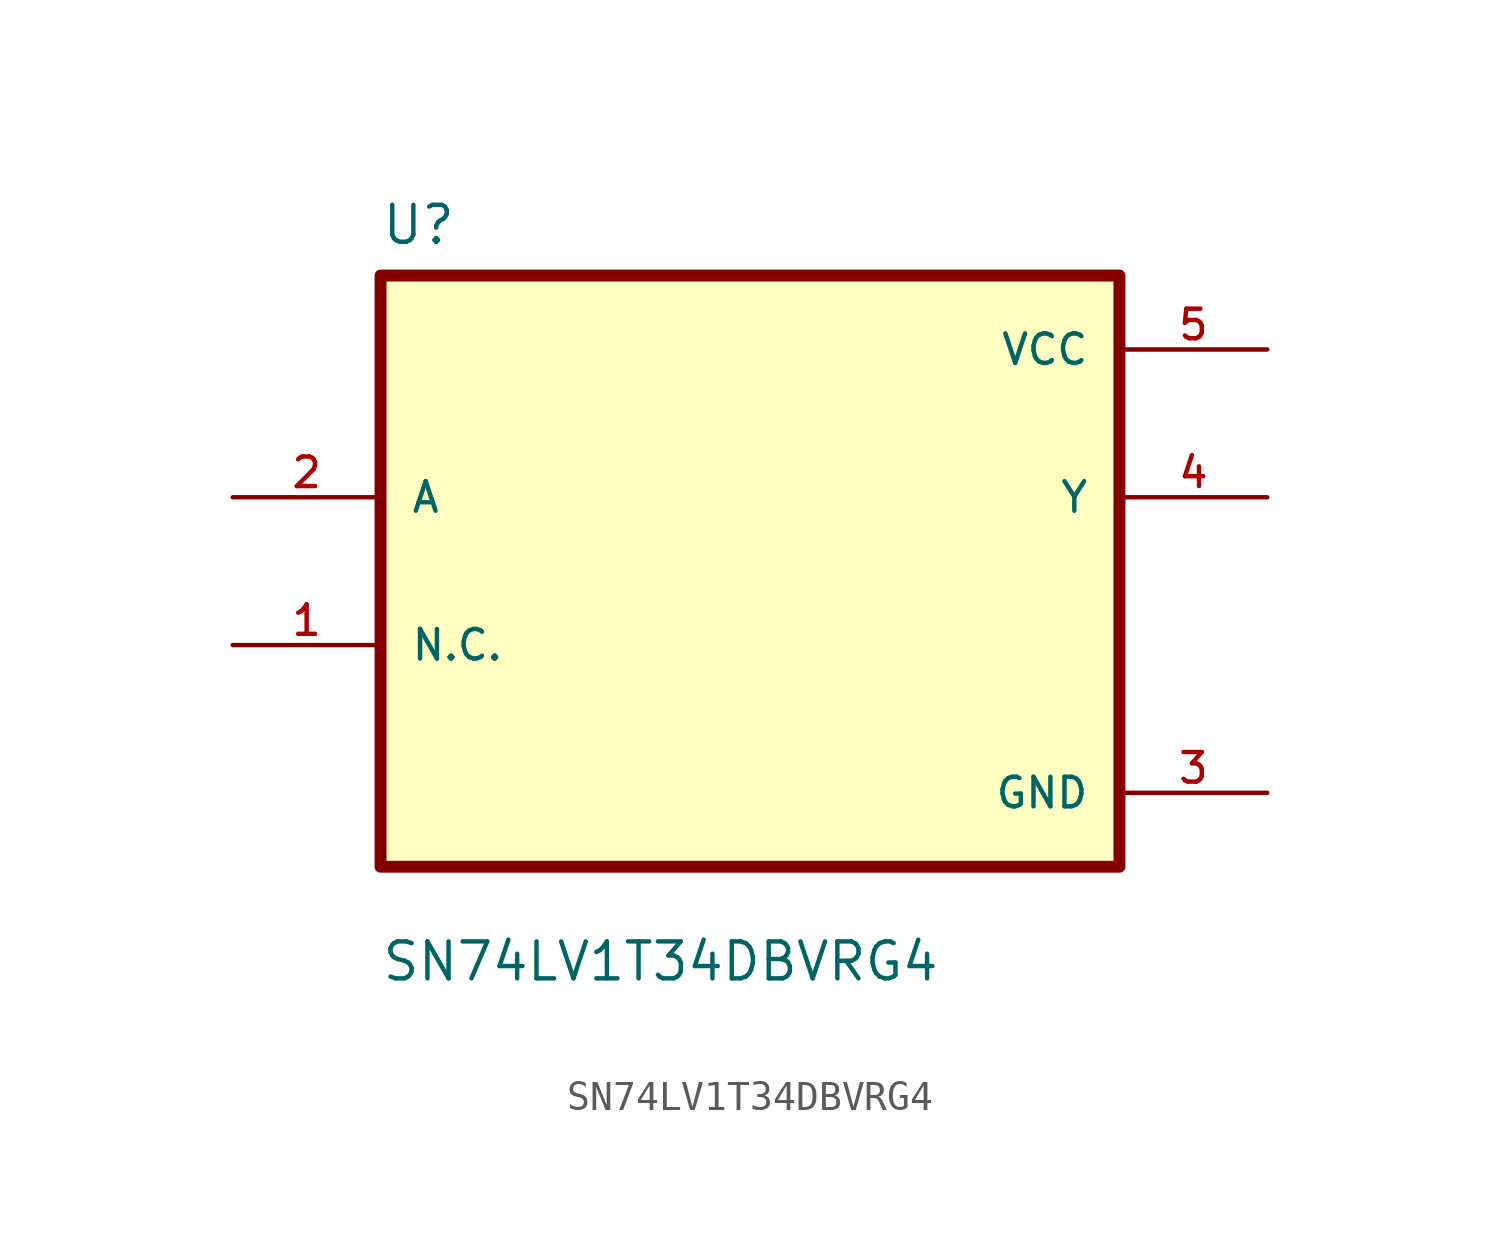
<source format=kicad_sym>
(kicad_symbol_lib
  (version 20211014)
  (generator kicad_symbol_editor)
  (symbol "SN74LV1T34DBVRG4"
    (pin_names
      (offset 1.016))
    (property "Reference" "U"
      (at -12.7 11.16 0.0)
      (effects (font (size 1.27 1.27)) (justify bottom left)))
    (property "Value" "SN74LV1T34DBVRG4"
      (at -12.7 -14.16 0.0)
      (effects (font (size 1.27 1.27)) (justify bottom left)))
    (symbol "SN74LV1T34DBVRG4_0_0"
      (rectangle (start -12.7 -10.16) (end 12.7 10.16) (stroke (width 0.41)) (fill (type background)))
      (pin input line (at -17.78 2.54 0) (length 5.08) (name "A" (effects (font (size 1.016 1.016)))) (number "2" (effects (font (size 1.016 1.016)))))
      (pin bidirectional line (at -17.78 -2.54 0) (length 5.08) (name "N.C." (effects (font (size 1.016 1.016)))) (number "1" (effects (font (size 1.016 1.016)))))
      (pin power_in line (at 17.78 7.62 180.0) (length 5.08) (name "VCC" (effects (font (size 1.016 1.016)))) (number "5" (effects (font (size 1.016 1.016)))))
      (pin output line (at 17.78 2.54 180.0) (length 5.08) (name "Y" (effects (font (size 1.016 1.016)))) (number "4" (effects (font (size 1.016 1.016)))))
      (pin power_in line (at 17.78 -7.62 180.0) (length 5.08) (name "GND" (effects (font (size 1.016 1.016)))) (number "3" (effects (font (size 1.016 1.016))))))))
</source>
